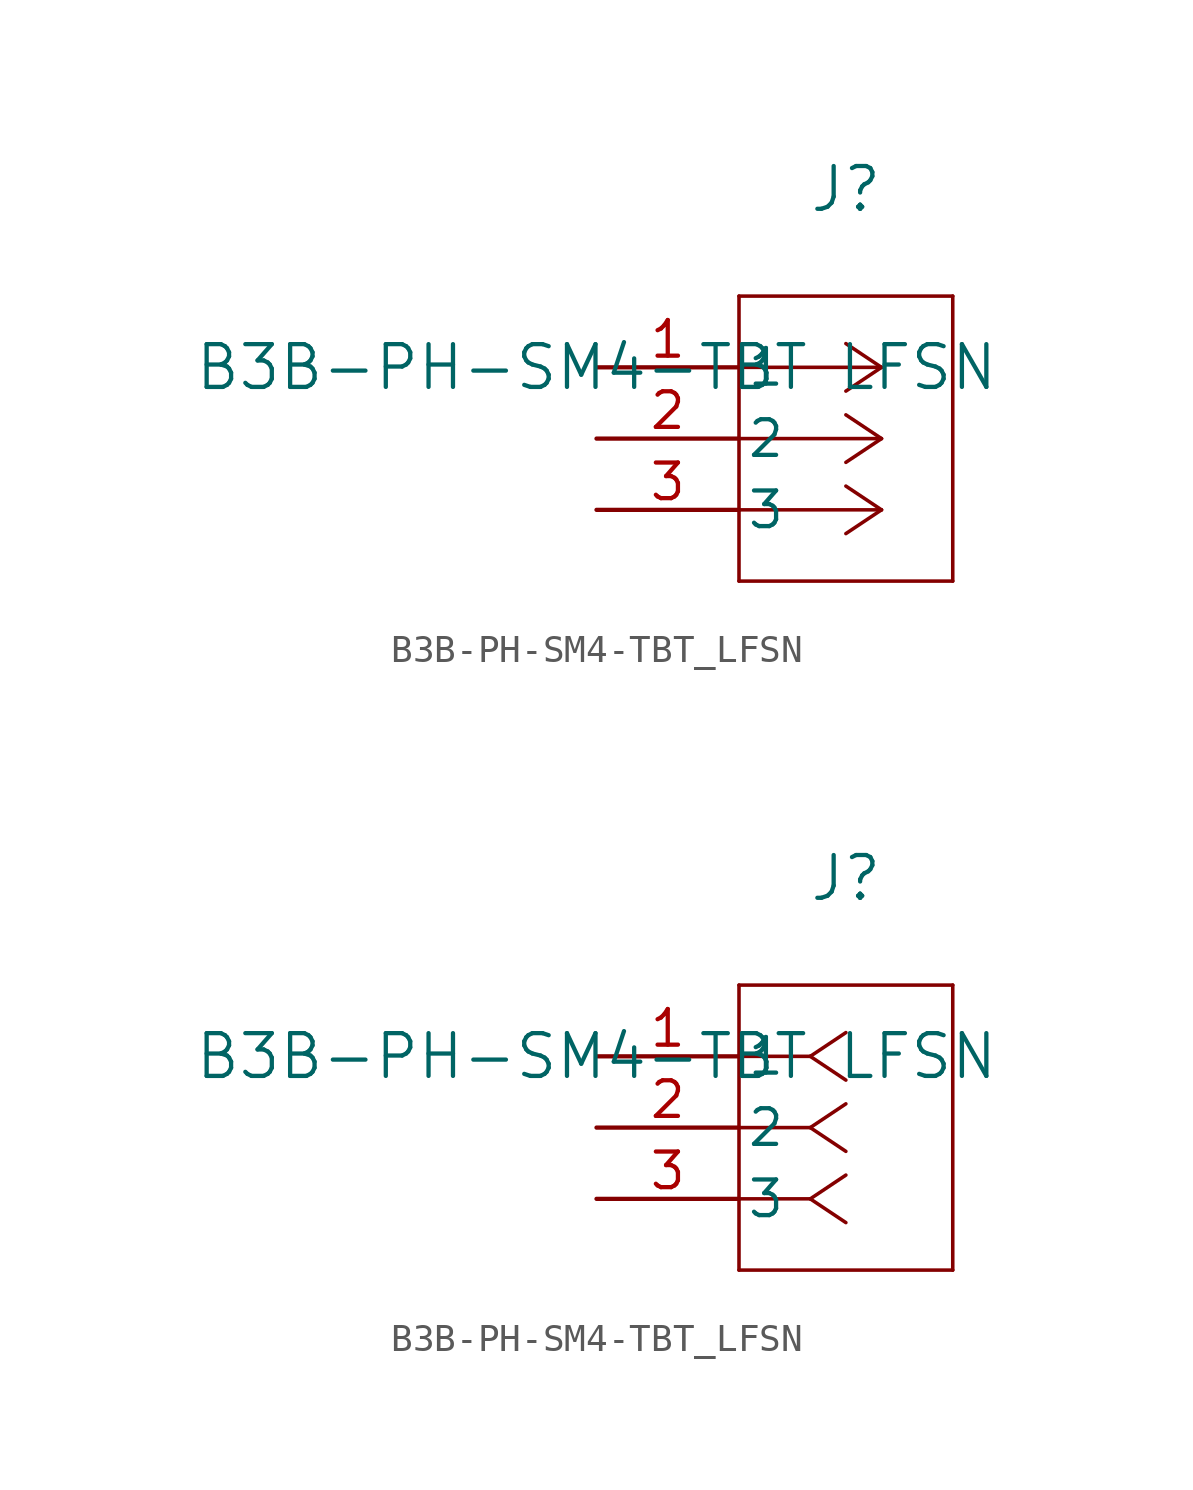
<source format=kicad_sym>
(kicad_symbol_lib
  (version 20211014)
  (generator kicad_symbol_editor)
  (symbol "B3B-PH-SM4-TBT_LFSN"
    (pin_names
      (offset 0.254))
    (property "Reference" "J"
      (at 8.89 6.35 0)
      (effects (font (size 1.524 1.524))))
    (property "Value" "B3B-PH-SM4-TBT LFSN"
      (at 0 0 0)
      (effects (font (size 1.524 1.524))))
    (symbol "B3B-PH-SM4-TBT_LFSN_1_1"
      (polyline (pts (xy 10.16 0) (xy 5.08 0)) (stroke (width 0.127) (type default) (color 0 0 0 0)) (fill (type none)))
      (polyline (pts (xy 10.16 -2.54) (xy 5.08 -2.54)) (stroke (width 0.127) (type default) (color 0 0 0 0)) (fill (type none)))
      (polyline (pts (xy 10.16 -5.08) (xy 5.08 -5.08)) (stroke (width 0.127) (type default) (color 0 0 0 0)) (fill (type none)))
      (polyline (pts (xy 10.16 0) (xy 8.89 0.847)) (stroke (width 0.127) (type default) (color 0 0 0 0)) (fill (type none)))
      (polyline (pts (xy 10.16 -2.54) (xy 8.89 -1.693)) (stroke (width 0.127) (type default) (color 0 0 0 0)) (fill (type none)))
      (polyline (pts (xy 10.16 -5.08) (xy 8.89 -4.233)) (stroke (width 0.127) (type default) (color 0 0 0 0)) (fill (type none)))
      (polyline (pts (xy 10.16 0) (xy 8.89 -0.847)) (stroke (width 0.127) (type default) (color 0 0 0 0)) (fill (type none)))
      (polyline (pts (xy 10.16 -2.54) (xy 8.89 -3.387)) (stroke (width 0.127) (type default) (color 0 0 0 0)) (fill (type none)))
      (polyline (pts (xy 10.16 -5.08) (xy 8.89 -5.927)) (stroke (width 0.127) (type default) (color 0 0 0 0)) (fill (type none)))
      (polyline (pts (xy 5.08 2.54) (xy 5.08 -7.62)) (stroke (width 0.127) (type default) (color 0 0 0 0)) (fill (type none)))
      (polyline (pts (xy 5.08 -7.62) (xy 12.7 -7.62)) (stroke (width 0.127) (type default) (color 0 0 0 0)) (fill (type none)))
      (polyline (pts (xy 12.7 -7.62) (xy 12.7 2.54)) (stroke (width 0.127) (type default) (color 0 0 0 0)) (fill (type none)))
      (polyline (pts (xy 12.7 2.54) (xy 5.08 2.54)) (stroke (width 0.127) (type default) (color 0 0 0 0)) (fill (type none)))
      (pin unspecified line (at 0 0 0) (length 5.08) (name "1" (effects (font (size 1.27 1.27)))) (number "1" (effects (font (size 1.27 1.27)))))
      (pin unspecified line (at 0 -2.54 0) (length 5.08) (name "2" (effects (font (size 1.27 1.27)))) (number "2" (effects (font (size 1.27 1.27)))))
      (pin unspecified line (at 0 -5.08 0) (length 5.08) (name "3" (effects (font (size 1.27 1.27)))) (number "3" (effects (font (size 1.27 1.27))))))
    (symbol "B3B-PH-SM4-TBT_LFSN_1_2"
      (polyline (pts (xy 7.62 0) (xy 5.08 0)) (stroke (width 0.127) (type default) (color 0 0 0 0)) (fill (type none)))
      (polyline (pts (xy 7.62 -2.54) (xy 5.08 -2.54)) (stroke (width 0.127) (type default) (color 0 0 0 0)) (fill (type none)))
      (polyline (pts (xy 7.62 -5.08) (xy 5.08 -5.08)) (stroke (width 0.127) (type default) (color 0 0 0 0)) (fill (type none)))
      (polyline (pts (xy 7.62 0) (xy 8.89 0.847)) (stroke (width 0.127) (type default) (color 0 0 0 0)) (fill (type none)))
      (polyline (pts (xy 7.62 -2.54) (xy 8.89 -1.693)) (stroke (width 0.127) (type default) (color 0 0 0 0)) (fill (type none)))
      (polyline (pts (xy 7.62 -5.08) (xy 8.89 -4.233)) (stroke (width 0.127) (type default) (color 0 0 0 0)) (fill (type none)))
      (polyline (pts (xy 7.62 0) (xy 8.89 -0.847)) (stroke (width 0.127) (type default) (color 0 0 0 0)) (fill (type none)))
      (polyline (pts (xy 7.62 -2.54) (xy 8.89 -3.387)) (stroke (width 0.127) (type default) (color 0 0 0 0)) (fill (type none)))
      (polyline (pts (xy 7.62 -5.08) (xy 8.89 -5.927)) (stroke (width 0.127) (type default) (color 0 0 0 0)) (fill (type none)))
      (polyline (pts (xy 5.08 2.54) (xy 5.08 -7.62)) (stroke (width 0.127) (type default) (color 0 0 0 0)) (fill (type none)))
      (polyline (pts (xy 5.08 -7.62) (xy 12.7 -7.62)) (stroke (width 0.127) (type default) (color 0 0 0 0)) (fill (type none)))
      (polyline (pts (xy 12.7 -7.62) (xy 12.7 2.54)) (stroke (width 0.127) (type default) (color 0 0 0 0)) (fill (type none)))
      (polyline (pts (xy 12.7 2.54) (xy 5.08 2.54)) (stroke (width 0.127) (type default) (color 0 0 0 0)) (fill (type none)))
      (pin unspecified line (at 0 0 0) (length 5.08) (name "1" (effects (font (size 1.27 1.27)))) (number "1" (effects (font (size 1.27 1.27)))))
      (pin unspecified line (at 0 -2.54 0) (length 5.08) (name "2" (effects (font (size 1.27 1.27)))) (number "2" (effects (font (size 1.27 1.27)))))
      (pin unspecified line (at 0 -5.08 0) (length 5.08) (name "3" (effects (font (size 1.27 1.27)))) (number "3" (effects (font (size 1.27 1.27))))))))
</source>
